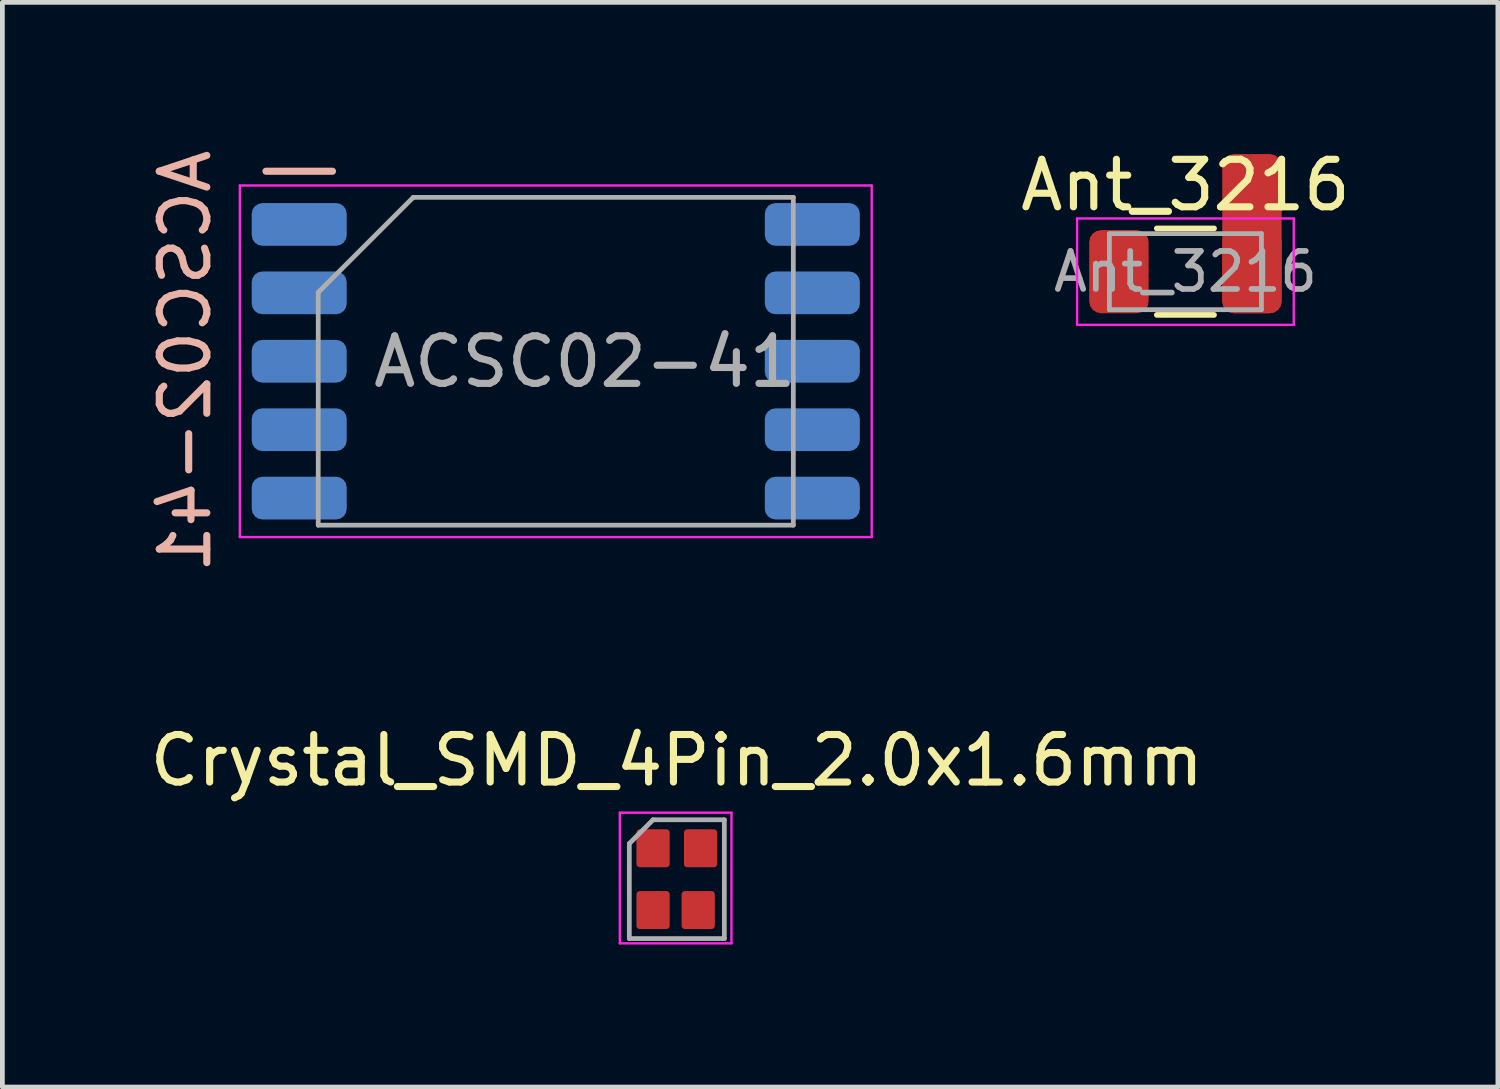
<source format=kicad_pcb>
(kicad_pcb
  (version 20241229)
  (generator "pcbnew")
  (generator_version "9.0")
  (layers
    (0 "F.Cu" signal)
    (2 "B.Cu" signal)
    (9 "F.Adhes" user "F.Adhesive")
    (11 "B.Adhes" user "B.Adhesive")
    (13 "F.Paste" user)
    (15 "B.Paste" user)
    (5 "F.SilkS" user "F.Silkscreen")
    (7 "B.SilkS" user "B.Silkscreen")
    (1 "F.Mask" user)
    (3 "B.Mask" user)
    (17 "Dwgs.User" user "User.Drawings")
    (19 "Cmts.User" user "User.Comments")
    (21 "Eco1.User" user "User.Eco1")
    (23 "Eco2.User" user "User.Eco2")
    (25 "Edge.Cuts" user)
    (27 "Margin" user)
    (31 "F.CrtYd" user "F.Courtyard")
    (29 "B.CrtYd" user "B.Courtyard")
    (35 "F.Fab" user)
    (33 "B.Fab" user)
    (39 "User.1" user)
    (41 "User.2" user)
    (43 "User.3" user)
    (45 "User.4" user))
  (footprint "Crystal_SMD_4Pin_2.0x1.6mm"
    (layer "F.Cu")
    (at 11.196 15.455)
    (property "Reference" "Crystal_SMD_4Pin_2.0x1.6mm" (at 0 -2.5 0) (layer "F.SilkS") (effects (font (size 1 1) (thickness 0.15))))
    (attr smd)
    (fp_line (start -1.2 -1.4) (end -1.2 1.35) (stroke (width 0.05) (type solid)) (layer "F.CrtYd"))
    (fp_line (start -1.2 1.35) (end 1.15 1.35) (stroke (width 0.05) (type solid)) (layer "F.CrtYd"))
    (fp_line (start 1.15 -1.4) (end -1.2 -1.4) (stroke (width 0.05) (type solid)) (layer "F.CrtYd"))
    (fp_line (start 1.15 -1.4) (end 1.15 1.35) (stroke (width 0.05) (type solid)) (layer "F.CrtYd"))
    (fp_line (start -1 -0.75) (end -1 1.25) (stroke (width 0.1) (type solid)) (layer "F.Fab"))
    (fp_line (start -1 1.25) (end 1 1.25) (stroke (width 0.1) (type solid)) (layer "F.Fab"))
    (fp_line (start -0.5 -1.25) (end -1 -0.75) (stroke (width 0.1) (type solid)) (layer "F.Fab"))
    (fp_line (start -0.5 -1.25) (end 1 -1.25) (stroke (width 0.1) (type solid)) (layer "F.Fab"))
    (fp_line (start 1 -1.25) (end 1 1.25) (stroke (width 0.1) (type solid)) (layer "F.Fab"))
    (pad "1" smd roundrect (at -0.5 -0.65) (size 0.7 0.8) (layers "F.Cu" "F.Mask" "F.Paste") (roundrect_rratio 0.1))
    (pad "2" smd roundrect (at -0.5 0.65) (size 0.7 0.8) (layers "F.Cu" "F.Mask" "F.Paste") (roundrect_rratio 0.1))
    (pad "3" smd roundrect (at 0.45 0.65) (size 0.7 0.8) (layers "F.Cu" "F.Mask" "F.Paste") (roundrect_rratio 0.1))
    (pad "4" smd roundrect (at 0.5 -0.65) (size 0.7 0.8) (layers "F.Cu" "F.Mask" "F.Paste") (roundrect_rratio 0.1)))
  (footprint "ACSC02-41"
    (layer "F.Cu")
    (at 8.648 4.554)
    (property "Reference" "ACSC02-41" (at -7.8 0 90) (layer "B.SilkS") (effects (font (size 1 1) (thickness 0.15)) (justify mirror)))
    (attr smd)
    (fp_line (start -4.7 -4) (end -6.1 -4) (stroke (width 0.15) (type solid)) (layer "B.SilkS"))
    (fp_line (start -6.65 -3.7) (end -6.65 3.7) (stroke (width 0.05) (type solid)) (layer "F.CrtYd"))
    (fp_line (start -6.65 -3.7) (end 6.65 -3.7) (stroke (width 0.05) (type solid)) (layer "F.CrtYd"))
    (fp_line (start 6.65 -3.7) (end 6.65 3.7) (stroke (width 0.05) (type solid)) (layer "F.CrtYd"))
    (fp_line (start 6.65 3.7) (end -6.65 3.7) (stroke (width 0.05) (type solid)) (layer "F.CrtYd"))
    (fp_line (start -5 -1.45) (end -3 -3.45) (stroke (width 0.1) (type solid)) (layer "F.Fab"))
    (fp_line (start -5 3.45) (end -5 -1.45) (stroke (width 0.1) (type solid)) (layer "F.Fab"))
    (fp_line (start -3 -3.45) (end 5 -3.45) (stroke (width 0.1) (type solid)) (layer "F.Fab"))
    (fp_line (start 5 -3.45) (end 5 3.45) (stroke (width 0.1) (type solid)) (layer "F.Fab"))
    (fp_line (start 5 3.45) (end -5 3.45) (stroke (width 0.1) (type solid)) (layer "F.Fab"))
    (fp_text user "${REFERENCE}" (at 0.61 0.01 0) (layer "F.Fab") (effects (font (size 1 1) (thickness 0.15))))
    (pad "1" smd roundrect (at -5.4 -2.88) (size 2 0.9) (layers "B.Cu" "B.Mask" "B.Paste") (roundrect_rratio 0.25))
    (pad "2" smd roundrect (at -5.4 -1.44) (size 2 0.9) (layers "B.Cu" "B.Mask" "B.Paste") (roundrect_rratio 0.25))
    (pad "3" smd roundrect (at -5.4 0) (size 2 0.9) (layers "B.Cu" "B.Mask" "B.Paste") (roundrect_rratio 0.25))
    (pad "4" smd roundrect (at -5.4 1.44) (size 2 0.9) (layers "B.Cu" "B.Mask" "B.Paste") (roundrect_rratio 0.25))
    (pad "5" smd roundrect (at -5.4 2.88) (size 2 0.9) (layers "B.Cu" "B.Mask" "B.Paste") (roundrect_rratio 0.25))
    (pad "6" smd roundrect (at 5.4 2.88) (size 2 0.9) (layers "B.Cu" "B.Mask" "B.Paste") (roundrect_rratio 0.25))
    (pad "7" smd roundrect (at 5.4 1.44) (size 2 0.9) (layers "B.Cu" "B.Mask" "B.Paste") (roundrect_rratio 0.25))
    (pad "8" smd roundrect (at 5.4 0) (size 2 0.9) (layers "B.Cu" "B.Mask" "B.Paste") (roundrect_rratio 0.25))
    (pad "9" smd roundrect (at 5.4 -1.44) (size 2 0.9) (layers "B.Cu" "B.Mask" "B.Paste") (roundrect_rratio 0.25))
    (pad "10" smd roundrect (at 5.4 -2.88) (size 2 0.9) (layers "B.Cu" "B.Mask" "B.Paste") (roundrect_rratio 0.25)))
  (footprint "Ant_3216"
    (layer "F.Cu")
    (at 21.901 2.668)
    (property "Reference" "Ant_3216" (at 0 -1.82 0) (layer "F.SilkS") (effects (font (size 1 1) (thickness 0.15))))
    (attr smd)
    (fp_line (start -0.602 -0.91) (end 0.602 -0.91) (stroke (width 0.12) (type solid)) (layer "F.SilkS"))
    (fp_line (start -0.602 0.91) (end 0.602 0.91) (stroke (width 0.12) (type solid)) (layer "F.SilkS"))
    (fp_line (start -2.28 -1.12) (end 2.28 -1.12) (stroke (width 0.05) (type solid)) (layer "F.CrtYd"))
    (fp_line (start -2.28 1.12) (end -2.28 -1.12) (stroke (width 0.05) (type solid)) (layer "F.CrtYd"))
    (fp_line (start 2.28 -1.12) (end 2.28 1.12) (stroke (width 0.05) (type solid)) (layer "F.CrtYd"))
    (fp_line (start 2.28 1.12) (end -2.28 1.12) (stroke (width 0.05) (type solid)) (layer "F.CrtYd"))
    (fp_line (start -1.6 -0.8) (end 1.6 -0.8) (stroke (width 0.1) (type solid)) (layer "F.Fab"))
    (fp_line (start -1.6 0.8) (end -1.6 -0.8) (stroke (width 0.1) (type solid)) (layer "F.Fab"))
    (fp_line (start 1.6 -0.8) (end 1.6 0.8) (stroke (width 0.1) (type solid)) (layer "F.Fab"))
    (fp_line (start 1.6 0.8) (end -1.6 0.8) (stroke (width 0.1) (type solid)) (layer "F.Fab"))
    (fp_text user "${REFERENCE}" (at 0 0 0) (layer "F.Fab") (effects (font (size 0.8 0.8) (thickness 0.12))))
    (pad "1" smd roundrect (at -1.4 0) (size 1.25 1.75) (layers "F.Cu" "F.Mask" "F.Paste") (roundrect_rratio 0.2))
    (pad "2" smd roundrect (at 1.4 -0.8) (size 1.25 3.35) (layers "F.Cu") (roundrect_rratio 0.2))
    (pad "2" smd roundrect (at 1.4 0) (size 1.25 1.75) (layers "F.Cu" "F.Mask" "F.Paste") (roundrect_rratio 0.2)))
  (gr_rect
    (start -3 -3)
    (end 28.478 19.83)
    (stroke (width 0.1) (type default))
    (fill no)
    (layer "Edge.Cuts")))
</source>
